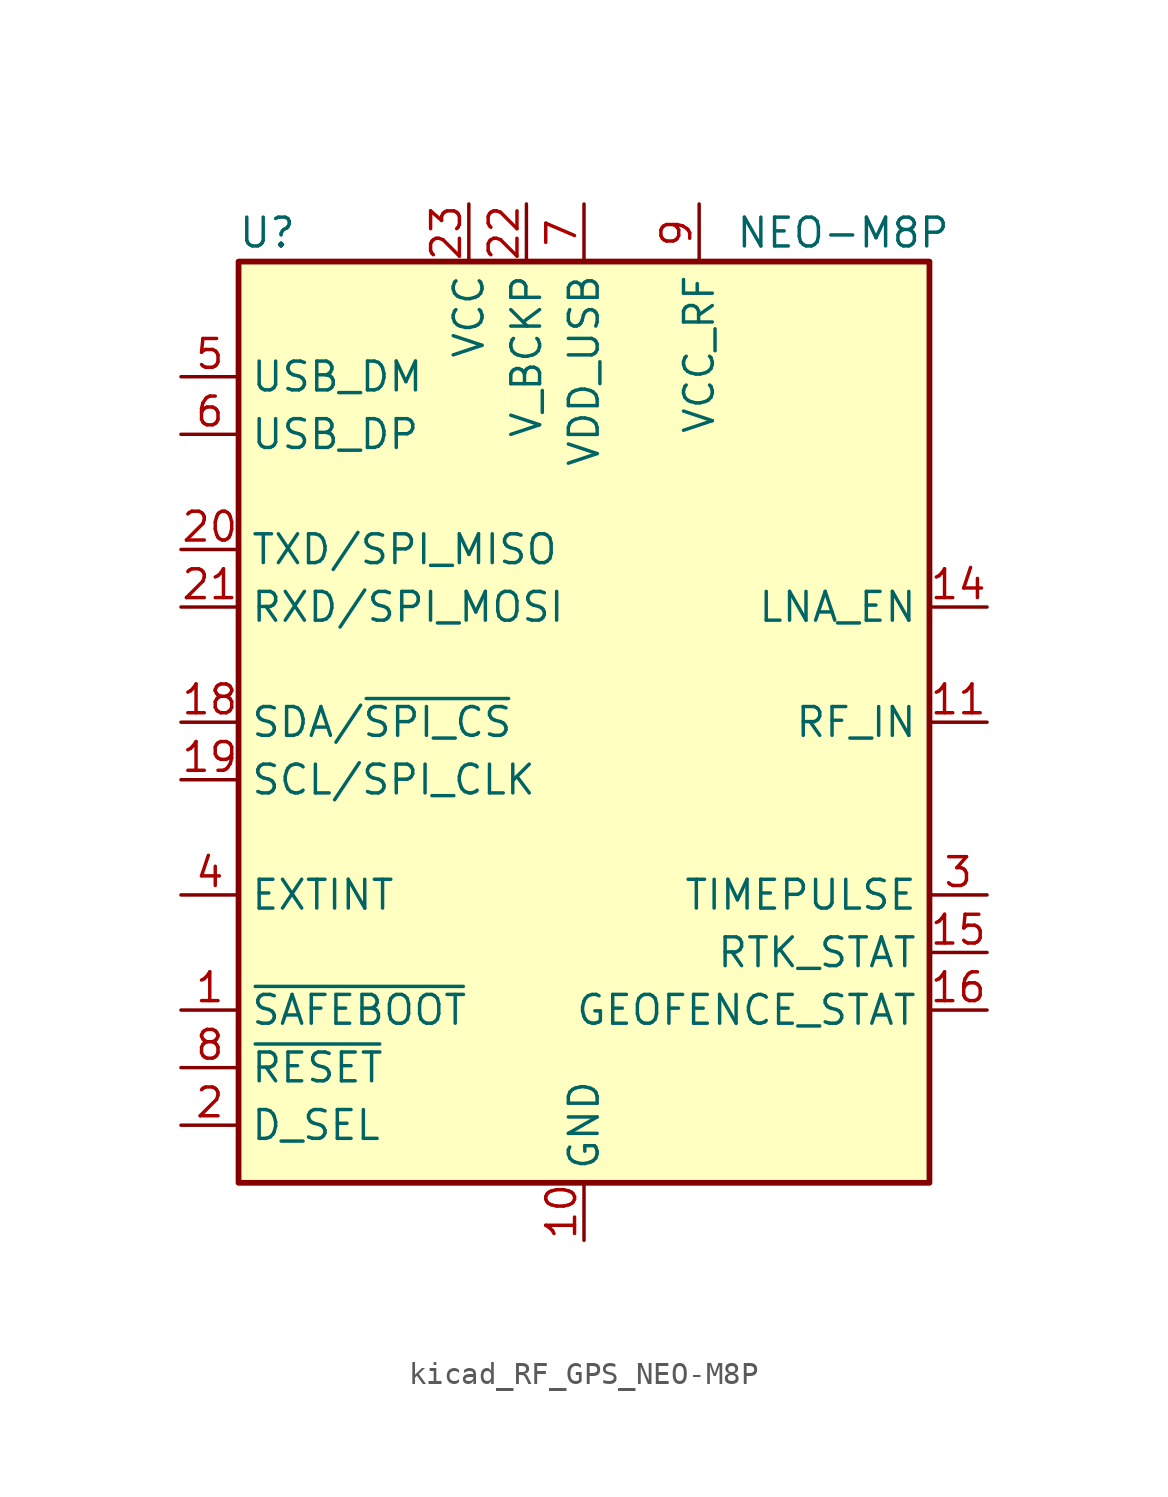
<source format=kicad_sym>
(kicad_symbol_lib
  (version 20220914)
  (generator kicad_symbol_editor)
  (symbol "kicad_RF_GPS_NEO-M8P"
    (property "Reference" "U"
      (at -13.97 21.59 0)
      (effects (font (size 1.27 1.27))))
    (property "Value" "NEO-M8P"
      (at 11.43 21.59 0)
      (effects (font (size 1.27 1.27))))
    (symbol "kicad_RF_GPS_NEO-M8P_0_1"
      (rectangle (start -15.24 20.32) (end 15.24 -20.32) (stroke (width 0.254) (type default)) (fill (type background))))
    (symbol "kicad_RF_GPS_NEO-M8P_1_1"
      (pin input line (at -17.78 -12.7 0) (length 2.54) (name "~{SAFEBOOT}" (effects (font (size 1.27 1.27)))) (number "1" (effects (font (size 1.27 1.27)))))
      (pin power_in line (at 0 -22.86 90) (length 2.54) (name "GND" (effects (font (size 1.27 1.27)))) (number "10" (effects (font (size 1.27 1.27)))))
      (pin input line (at 17.78 0 180) (length 2.54) (name "RF_IN" (effects (font (size 1.27 1.27)))) (number "11" (effects (font (size 1.27 1.27)))))
      (pin passive line (at 0 -22.86 90) (length 2.54) hide (name "GND" (effects (font (size 1.27 1.27)))) (number "12" (effects (font (size 1.27 1.27)))))
      (pin passive line (at 0 -22.86 90) (length 2.54) hide (name "GND" (effects (font (size 1.27 1.27)))) (number "13" (effects (font (size 1.27 1.27)))))
      (pin output line (at 17.78 5.08 180) (length 2.54) (name "LNA_EN" (effects (font (size 1.27 1.27)))) (number "14" (effects (font (size 1.27 1.27)))))
      (pin output line (at 17.78 -10.16 180) (length 2.54) (name "RTK_STAT" (effects (font (size 1.27 1.27)))) (number "15" (effects (font (size 1.27 1.27)))))
      (pin output line (at 17.78 -12.7 180) (length 2.54) (name "GEOFENCE_STAT" (effects (font (size 1.27 1.27)))) (number "16" (effects (font (size 1.27 1.27)))))
      (pin no_connect line (at 15.24 -17.78 180) (length 2.54) hide (name "RESERVED" (effects (font (size 1.27 1.27)))) (number "17" (effects (font (size 1.27 1.27)))))
      (pin bidirectional line (at -17.78 0 0) (length 2.54) (name "SDA/~{SPI_CS}" (effects (font (size 1.27 1.27)))) (number "18" (effects (font (size 1.27 1.27)))))
      (pin input line (at -17.78 -2.54 0) (length 2.54) (name "SCL/SPI_CLK" (effects (font (size 1.27 1.27)))) (number "19" (effects (font (size 1.27 1.27)))))
      (pin input line (at -17.78 -17.78 0) (length 2.54) (name "D_SEL" (effects (font (size 1.27 1.27)))) (number "2" (effects (font (size 1.27 1.27)))))
      (pin output line (at -17.78 7.62 0) (length 2.54) (name "TXD/SPI_MISO" (effects (font (size 1.27 1.27)))) (number "20" (effects (font (size 1.27 1.27)))))
      (pin input line (at -17.78 5.08 0) (length 2.54) (name "RXD/SPI_MOSI" (effects (font (size 1.27 1.27)))) (number "21" (effects (font (size 1.27 1.27)))))
      (pin power_in line (at -2.54 22.86 270) (length 2.54) (name "V_BCKP" (effects (font (size 1.27 1.27)))) (number "22" (effects (font (size 1.27 1.27)))))
      (pin power_in line (at -5.08 22.86 270) (length 2.54) (name "VCC" (effects (font (size 1.27 1.27)))) (number "23" (effects (font (size 1.27 1.27)))))
      (pin passive line (at 0 -22.86 90) (length 2.54) hide (name "GND" (effects (font (size 1.27 1.27)))) (number "24" (effects (font (size 1.27 1.27)))))
      (pin output line (at 17.78 -7.62 180) (length 2.54) (name "TIMEPULSE" (effects (font (size 1.27 1.27)))) (number "3" (effects (font (size 1.27 1.27)))))
      (pin input line (at -17.78 -7.62 0) (length 2.54) (name "EXTINT" (effects (font (size 1.27 1.27)))) (number "4" (effects (font (size 1.27 1.27)))))
      (pin bidirectional line (at -17.78 15.24 0) (length 2.54) (name "USB_DM" (effects (font (size 1.27 1.27)))) (number "5" (effects (font (size 1.27 1.27)))))
      (pin bidirectional line (at -17.78 12.7 0) (length 2.54) (name "USB_DP" (effects (font (size 1.27 1.27)))) (number "6" (effects (font (size 1.27 1.27)))))
      (pin power_in line (at 0 22.86 270) (length 2.54) (name "VDD_USB" (effects (font (size 1.27 1.27)))) (number "7" (effects (font (size 1.27 1.27)))))
      (pin input line (at -17.78 -15.24 0) (length 2.54) (name "~{RESET}" (effects (font (size 1.27 1.27)))) (number "8" (effects (font (size 1.27 1.27)))))
      (pin power_out line (at 5.08 22.86 270) (length 2.54) (name "VCC_RF" (effects (font (size 1.27 1.27)))) (number "9" (effects (font (size 1.27 1.27))))))))
</source>
